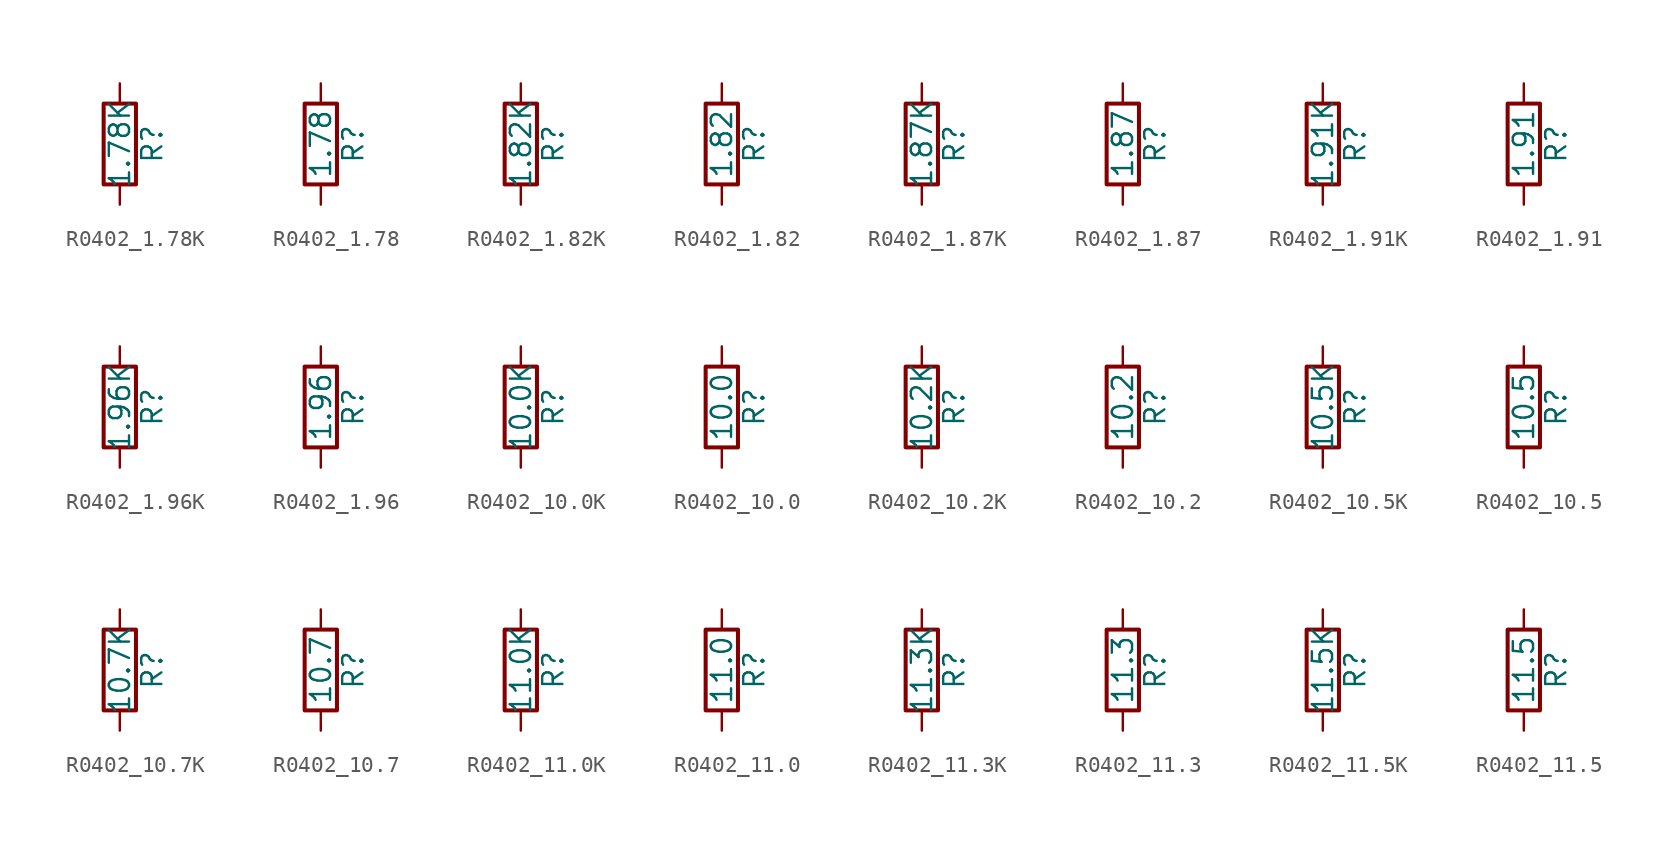
<source format=kicad_sym>
(kicad_symbol_lib
  (version 20211014)
  (generator atlantix-eda)
  (symbol "R0402_1.78K"
    (pin_numbers hide)
    (pin_names
      (offset 0))
    (property "Reference" "R"
      (at 2.032 0 90)
      (effects (font (size 1.27 1.27))))
    (property "Value" "1.78K"
      (at 0 0 90)
      (effects (font (size 1.27 1.27))))
    (symbol "R0402_1.78K_0_1"
      (rectangle (start -1.016 -2.54) (end 1.016 2.54) (stroke (width 0.254) (type default) (color 0 0 0 0)) (fill (type none))))
    (symbol "R0402_1.78K_1_1"
      (pin passive line (at 0 3.81 270) (length 1.27) (name "~" (effects (font (size 1.27 1.27)))) (number "1" (effects (font (size 1.27 1.27)))))
      (pin passive line (at 0 -3.81 90) (length 1.27) (name "~" (effects (font (size 1.27 1.27)))) (number "2" (effects (font (size 1.27 1.27)))))))
  (symbol "R0402_1.78"
    (pin_numbers hide)
    (pin_names
      (offset 0))
    (property "Reference" "R"
      (at 2.032 0 90)
      (effects (font (size 1.27 1.27))))
    (property "Value" "1.78"
      (at 0 0 90)
      (effects (font (size 1.27 1.27))))
    (symbol "R0402_1.78_0_1"
      (rectangle (start -1.016 -2.54) (end 1.016 2.54) (stroke (width 0.254) (type default) (color 0 0 0 0)) (fill (type none))))
    (symbol "R0402_1.78_1_1"
      (pin passive line (at 0 3.81 270) (length 1.27) (name "~" (effects (font (size 1.27 1.27)))) (number "1" (effects (font (size 1.27 1.27)))))
      (pin passive line (at 0 -3.81 90) (length 1.27) (name "~" (effects (font (size 1.27 1.27)))) (number "2" (effects (font (size 1.27 1.27)))))))
  (symbol "R0402_1.82K"
    (pin_numbers hide)
    (pin_names
      (offset 0))
    (property "Reference" "R"
      (at 2.032 0 90)
      (effects (font (size 1.27 1.27))))
    (property "Value" "1.82K"
      (at 0 0 90)
      (effects (font (size 1.27 1.27))))
    (symbol "R0402_1.82K_0_1"
      (rectangle (start -1.016 -2.54) (end 1.016 2.54) (stroke (width 0.254) (type default) (color 0 0 0 0)) (fill (type none))))
    (symbol "R0402_1.82K_1_1"
      (pin passive line (at 0 3.81 270) (length 1.27) (name "~" (effects (font (size 1.27 1.27)))) (number "1" (effects (font (size 1.27 1.27)))))
      (pin passive line (at 0 -3.81 90) (length 1.27) (name "~" (effects (font (size 1.27 1.27)))) (number "2" (effects (font (size 1.27 1.27)))))))
  (symbol "R0402_1.82"
    (pin_numbers hide)
    (pin_names
      (offset 0))
    (property "Reference" "R"
      (at 2.032 0 90)
      (effects (font (size 1.27 1.27))))
    (property "Value" "1.82"
      (at 0 0 90)
      (effects (font (size 1.27 1.27))))
    (symbol "R0402_1.82_0_1"
      (rectangle (start -1.016 -2.54) (end 1.016 2.54) (stroke (width 0.254) (type default) (color 0 0 0 0)) (fill (type none))))
    (symbol "R0402_1.82_1_1"
      (pin passive line (at 0 3.81 270) (length 1.27) (name "~" (effects (font (size 1.27 1.27)))) (number "1" (effects (font (size 1.27 1.27)))))
      (pin passive line (at 0 -3.81 90) (length 1.27) (name "~" (effects (font (size 1.27 1.27)))) (number "2" (effects (font (size 1.27 1.27)))))))
  (symbol "R0402_1.87K"
    (pin_numbers hide)
    (pin_names
      (offset 0))
    (property "Reference" "R"
      (at 2.032 0 90)
      (effects (font (size 1.27 1.27))))
    (property "Value" "1.87K"
      (at 0 0 90)
      (effects (font (size 1.27 1.27))))
    (symbol "R0402_1.87K_0_1"
      (rectangle (start -1.016 -2.54) (end 1.016 2.54) (stroke (width 0.254) (type default) (color 0 0 0 0)) (fill (type none))))
    (symbol "R0402_1.87K_1_1"
      (pin passive line (at 0 3.81 270) (length 1.27) (name "~" (effects (font (size 1.27 1.27)))) (number "1" (effects (font (size 1.27 1.27)))))
      (pin passive line (at 0 -3.81 90) (length 1.27) (name "~" (effects (font (size 1.27 1.27)))) (number "2" (effects (font (size 1.27 1.27)))))))
  (symbol "R0402_1.87"
    (pin_numbers hide)
    (pin_names
      (offset 0))
    (property "Reference" "R"
      (at 2.032 0 90)
      (effects (font (size 1.27 1.27))))
    (property "Value" "1.87"
      (at 0 0 90)
      (effects (font (size 1.27 1.27))))
    (symbol "R0402_1.87_0_1"
      (rectangle (start -1.016 -2.54) (end 1.016 2.54) (stroke (width 0.254) (type default) (color 0 0 0 0)) (fill (type none))))
    (symbol "R0402_1.87_1_1"
      (pin passive line (at 0 3.81 270) (length 1.27) (name "~" (effects (font (size 1.27 1.27)))) (number "1" (effects (font (size 1.27 1.27)))))
      (pin passive line (at 0 -3.81 90) (length 1.27) (name "~" (effects (font (size 1.27 1.27)))) (number "2" (effects (font (size 1.27 1.27)))))))
  (symbol "R0402_1.91K"
    (pin_numbers hide)
    (pin_names
      (offset 0))
    (property "Reference" "R"
      (at 2.032 0 90)
      (effects (font (size 1.27 1.27))))
    (property "Value" "1.91K"
      (at 0 0 90)
      (effects (font (size 1.27 1.27))))
    (symbol "R0402_1.91K_0_1"
      (rectangle (start -1.016 -2.54) (end 1.016 2.54) (stroke (width 0.254) (type default) (color 0 0 0 0)) (fill (type none))))
    (symbol "R0402_1.91K_1_1"
      (pin passive line (at 0 3.81 270) (length 1.27) (name "~" (effects (font (size 1.27 1.27)))) (number "1" (effects (font (size 1.27 1.27)))))
      (pin passive line (at 0 -3.81 90) (length 1.27) (name "~" (effects (font (size 1.27 1.27)))) (number "2" (effects (font (size 1.27 1.27)))))))
  (symbol "R0402_1.91"
    (pin_numbers hide)
    (pin_names
      (offset 0))
    (property "Reference" "R"
      (at 2.032 0 90)
      (effects (font (size 1.27 1.27))))
    (property "Value" "1.91"
      (at 0 0 90)
      (effects (font (size 1.27 1.27))))
    (symbol "R0402_1.91_0_1"
      (rectangle (start -1.016 -2.54) (end 1.016 2.54) (stroke (width 0.254) (type default) (color 0 0 0 0)) (fill (type none))))
    (symbol "R0402_1.91_1_1"
      (pin passive line (at 0 3.81 270) (length 1.27) (name "~" (effects (font (size 1.27 1.27)))) (number "1" (effects (font (size 1.27 1.27)))))
      (pin passive line (at 0 -3.81 90) (length 1.27) (name "~" (effects (font (size 1.27 1.27)))) (number "2" (effects (font (size 1.27 1.27)))))))
  (symbol "R0402_1.96K"
    (pin_numbers hide)
    (pin_names
      (offset 0))
    (property "Reference" "R"
      (at 2.032 0 90)
      (effects (font (size 1.27 1.27))))
    (property "Value" "1.96K"
      (at 0 0 90)
      (effects (font (size 1.27 1.27))))
    (symbol "R0402_1.96K_0_1"
      (rectangle (start -1.016 -2.54) (end 1.016 2.54) (stroke (width 0.254) (type default) (color 0 0 0 0)) (fill (type none))))
    (symbol "R0402_1.96K_1_1"
      (pin passive line (at 0 3.81 270) (length 1.27) (name "~" (effects (font (size 1.27 1.27)))) (number "1" (effects (font (size 1.27 1.27)))))
      (pin passive line (at 0 -3.81 90) (length 1.27) (name "~" (effects (font (size 1.27 1.27)))) (number "2" (effects (font (size 1.27 1.27)))))))
  (symbol "R0402_1.96"
    (pin_numbers hide)
    (pin_names
      (offset 0))
    (property "Reference" "R"
      (at 2.032 0 90)
      (effects (font (size 1.27 1.27))))
    (property "Value" "1.96"
      (at 0 0 90)
      (effects (font (size 1.27 1.27))))
    (symbol "R0402_1.96_0_1"
      (rectangle (start -1.016 -2.54) (end 1.016 2.54) (stroke (width 0.254) (type default) (color 0 0 0 0)) (fill (type none))))
    (symbol "R0402_1.96_1_1"
      (pin passive line (at 0 3.81 270) (length 1.27) (name "~" (effects (font (size 1.27 1.27)))) (number "1" (effects (font (size 1.27 1.27)))))
      (pin passive line (at 0 -3.81 90) (length 1.27) (name "~" (effects (font (size 1.27 1.27)))) (number "2" (effects (font (size 1.27 1.27)))))))
  (symbol "R0402_10.0K"
    (pin_numbers hide)
    (pin_names
      (offset 0))
    (property "Reference" "R"
      (at 2.032 0 90)
      (effects (font (size 1.27 1.27))))
    (property "Value" "10.0K"
      (at 0 0 90)
      (effects (font (size 1.27 1.27))))
    (symbol "R0402_10.0K_0_1"
      (rectangle (start -1.016 -2.54) (end 1.016 2.54) (stroke (width 0.254) (type default) (color 0 0 0 0)) (fill (type none))))
    (symbol "R0402_10.0K_1_1"
      (pin passive line (at 0 3.81 270) (length 1.27) (name "~" (effects (font (size 1.27 1.27)))) (number "1" (effects (font (size 1.27 1.27)))))
      (pin passive line (at 0 -3.81 90) (length 1.27) (name "~" (effects (font (size 1.27 1.27)))) (number "2" (effects (font (size 1.27 1.27)))))))
  (symbol "R0402_10.0"
    (pin_numbers hide)
    (pin_names
      (offset 0))
    (property "Reference" "R"
      (at 2.032 0 90)
      (effects (font (size 1.27 1.27))))
    (property "Value" "10.0"
      (at 0 0 90)
      (effects (font (size 1.27 1.27))))
    (symbol "R0402_10.0_0_1"
      (rectangle (start -1.016 -2.54) (end 1.016 2.54) (stroke (width 0.254) (type default) (color 0 0 0 0)) (fill (type none))))
    (symbol "R0402_10.0_1_1"
      (pin passive line (at 0 3.81 270) (length 1.27) (name "~" (effects (font (size 1.27 1.27)))) (number "1" (effects (font (size 1.27 1.27)))))
      (pin passive line (at 0 -3.81 90) (length 1.27) (name "~" (effects (font (size 1.27 1.27)))) (number "2" (effects (font (size 1.27 1.27)))))))
  (symbol "R0402_10.2K"
    (pin_numbers hide)
    (pin_names
      (offset 0))
    (property "Reference" "R"
      (at 2.032 0 90)
      (effects (font (size 1.27 1.27))))
    (property "Value" "10.2K"
      (at 0 0 90)
      (effects (font (size 1.27 1.27))))
    (symbol "R0402_10.2K_0_1"
      (rectangle (start -1.016 -2.54) (end 1.016 2.54) (stroke (width 0.254) (type default) (color 0 0 0 0)) (fill (type none))))
    (symbol "R0402_10.2K_1_1"
      (pin passive line (at 0 3.81 270) (length 1.27) (name "~" (effects (font (size 1.27 1.27)))) (number "1" (effects (font (size 1.27 1.27)))))
      (pin passive line (at 0 -3.81 90) (length 1.27) (name "~" (effects (font (size 1.27 1.27)))) (number "2" (effects (font (size 1.27 1.27)))))))
  (symbol "R0402_10.2"
    (pin_numbers hide)
    (pin_names
      (offset 0))
    (property "Reference" "R"
      (at 2.032 0 90)
      (effects (font (size 1.27 1.27))))
    (property "Value" "10.2"
      (at 0 0 90)
      (effects (font (size 1.27 1.27))))
    (symbol "R0402_10.2_0_1"
      (rectangle (start -1.016 -2.54) (end 1.016 2.54) (stroke (width 0.254) (type default) (color 0 0 0 0)) (fill (type none))))
    (symbol "R0402_10.2_1_1"
      (pin passive line (at 0 3.81 270) (length 1.27) (name "~" (effects (font (size 1.27 1.27)))) (number "1" (effects (font (size 1.27 1.27)))))
      (pin passive line (at 0 -3.81 90) (length 1.27) (name "~" (effects (font (size 1.27 1.27)))) (number "2" (effects (font (size 1.27 1.27)))))))
  (symbol "R0402_10.5K"
    (pin_numbers hide)
    (pin_names
      (offset 0))
    (property "Reference" "R"
      (at 2.032 0 90)
      (effects (font (size 1.27 1.27))))
    (property "Value" "10.5K"
      (at 0 0 90)
      (effects (font (size 1.27 1.27))))
    (symbol "R0402_10.5K_0_1"
      (rectangle (start -1.016 -2.54) (end 1.016 2.54) (stroke (width 0.254) (type default) (color 0 0 0 0)) (fill (type none))))
    (symbol "R0402_10.5K_1_1"
      (pin passive line (at 0 3.81 270) (length 1.27) (name "~" (effects (font (size 1.27 1.27)))) (number "1" (effects (font (size 1.27 1.27)))))
      (pin passive line (at 0 -3.81 90) (length 1.27) (name "~" (effects (font (size 1.27 1.27)))) (number "2" (effects (font (size 1.27 1.27)))))))
  (symbol "R0402_10.5"
    (pin_numbers hide)
    (pin_names
      (offset 0))
    (property "Reference" "R"
      (at 2.032 0 90)
      (effects (font (size 1.27 1.27))))
    (property "Value" "10.5"
      (at 0 0 90)
      (effects (font (size 1.27 1.27))))
    (symbol "R0402_10.5_0_1"
      (rectangle (start -1.016 -2.54) (end 1.016 2.54) (stroke (width 0.254) (type default) (color 0 0 0 0)) (fill (type none))))
    (symbol "R0402_10.5_1_1"
      (pin passive line (at 0 3.81 270) (length 1.27) (name "~" (effects (font (size 1.27 1.27)))) (number "1" (effects (font (size 1.27 1.27)))))
      (pin passive line (at 0 -3.81 90) (length 1.27) (name "~" (effects (font (size 1.27 1.27)))) (number "2" (effects (font (size 1.27 1.27)))))))
  (symbol "R0402_10.7K"
    (pin_numbers hide)
    (pin_names
      (offset 0))
    (property "Reference" "R"
      (at 2.032 0 90)
      (effects (font (size 1.27 1.27))))
    (property "Value" "10.7K"
      (at 0 0 90)
      (effects (font (size 1.27 1.27))))
    (symbol "R0402_10.7K_0_1"
      (rectangle (start -1.016 -2.54) (end 1.016 2.54) (stroke (width 0.254) (type default) (color 0 0 0 0)) (fill (type none))))
    (symbol "R0402_10.7K_1_1"
      (pin passive line (at 0 3.81 270) (length 1.27) (name "~" (effects (font (size 1.27 1.27)))) (number "1" (effects (font (size 1.27 1.27)))))
      (pin passive line (at 0 -3.81 90) (length 1.27) (name "~" (effects (font (size 1.27 1.27)))) (number "2" (effects (font (size 1.27 1.27)))))))
  (symbol "R0402_10.7"
    (pin_numbers hide)
    (pin_names
      (offset 0))
    (property "Reference" "R"
      (at 2.032 0 90)
      (effects (font (size 1.27 1.27))))
    (property "Value" "10.7"
      (at 0 0 90)
      (effects (font (size 1.27 1.27))))
    (symbol "R0402_10.7_0_1"
      (rectangle (start -1.016 -2.54) (end 1.016 2.54) (stroke (width 0.254) (type default) (color 0 0 0 0)) (fill (type none))))
    (symbol "R0402_10.7_1_1"
      (pin passive line (at 0 3.81 270) (length 1.27) (name "~" (effects (font (size 1.27 1.27)))) (number "1" (effects (font (size 1.27 1.27)))))
      (pin passive line (at 0 -3.81 90) (length 1.27) (name "~" (effects (font (size 1.27 1.27)))) (number "2" (effects (font (size 1.27 1.27)))))))
  (symbol "R0402_11.0K"
    (pin_numbers hide)
    (pin_names
      (offset 0))
    (property "Reference" "R"
      (at 2.032 0 90)
      (effects (font (size 1.27 1.27))))
    (property "Value" "11.0K"
      (at 0 0 90)
      (effects (font (size 1.27 1.27))))
    (symbol "R0402_11.0K_0_1"
      (rectangle (start -1.016 -2.54) (end 1.016 2.54) (stroke (width 0.254) (type default) (color 0 0 0 0)) (fill (type none))))
    (symbol "R0402_11.0K_1_1"
      (pin passive line (at 0 3.81 270) (length 1.27) (name "~" (effects (font (size 1.27 1.27)))) (number "1" (effects (font (size 1.27 1.27)))))
      (pin passive line (at 0 -3.81 90) (length 1.27) (name "~" (effects (font (size 1.27 1.27)))) (number "2" (effects (font (size 1.27 1.27)))))))
  (symbol "R0402_11.0"
    (pin_numbers hide)
    (pin_names
      (offset 0))
    (property "Reference" "R"
      (at 2.032 0 90)
      (effects (font (size 1.27 1.27))))
    (property "Value" "11.0"
      (at 0 0 90)
      (effects (font (size 1.27 1.27))))
    (symbol "R0402_11.0_0_1"
      (rectangle (start -1.016 -2.54) (end 1.016 2.54) (stroke (width 0.254) (type default) (color 0 0 0 0)) (fill (type none))))
    (symbol "R0402_11.0_1_1"
      (pin passive line (at 0 3.81 270) (length 1.27) (name "~" (effects (font (size 1.27 1.27)))) (number "1" (effects (font (size 1.27 1.27)))))
      (pin passive line (at 0 -3.81 90) (length 1.27) (name "~" (effects (font (size 1.27 1.27)))) (number "2" (effects (font (size 1.27 1.27)))))))
  (symbol "R0402_11.3K"
    (pin_numbers hide)
    (pin_names
      (offset 0))
    (property "Reference" "R"
      (at 2.032 0 90)
      (effects (font (size 1.27 1.27))))
    (property "Value" "11.3K"
      (at 0 0 90)
      (effects (font (size 1.27 1.27))))
    (symbol "R0402_11.3K_0_1"
      (rectangle (start -1.016 -2.54) (end 1.016 2.54) (stroke (width 0.254) (type default) (color 0 0 0 0)) (fill (type none))))
    (symbol "R0402_11.3K_1_1"
      (pin passive line (at 0 3.81 270) (length 1.27) (name "~" (effects (font (size 1.27 1.27)))) (number "1" (effects (font (size 1.27 1.27)))))
      (pin passive line (at 0 -3.81 90) (length 1.27) (name "~" (effects (font (size 1.27 1.27)))) (number "2" (effects (font (size 1.27 1.27)))))))
  (symbol "R0402_11.3"
    (pin_numbers hide)
    (pin_names
      (offset 0))
    (property "Reference" "R"
      (at 2.032 0 90)
      (effects (font (size 1.27 1.27))))
    (property "Value" "11.3"
      (at 0 0 90)
      (effects (font (size 1.27 1.27))))
    (symbol "R0402_11.3_0_1"
      (rectangle (start -1.016 -2.54) (end 1.016 2.54) (stroke (width 0.254) (type default) (color 0 0 0 0)) (fill (type none))))
    (symbol "R0402_11.3_1_1"
      (pin passive line (at 0 3.81 270) (length 1.27) (name "~" (effects (font (size 1.27 1.27)))) (number "1" (effects (font (size 1.27 1.27)))))
      (pin passive line (at 0 -3.81 90) (length 1.27) (name "~" (effects (font (size 1.27 1.27)))) (number "2" (effects (font (size 1.27 1.27)))))))
  (symbol "R0402_11.5K"
    (pin_numbers hide)
    (pin_names
      (offset 0))
    (property "Reference" "R"
      (at 2.032 0 90)
      (effects (font (size 1.27 1.27))))
    (property "Value" "11.5K"
      (at 0 0 90)
      (effects (font (size 1.27 1.27))))
    (symbol "R0402_11.5K_0_1"
      (rectangle (start -1.016 -2.54) (end 1.016 2.54) (stroke (width 0.254) (type default) (color 0 0 0 0)) (fill (type none))))
    (symbol "R0402_11.5K_1_1"
      (pin passive line (at 0 3.81 270) (length 1.27) (name "~" (effects (font (size 1.27 1.27)))) (number "1" (effects (font (size 1.27 1.27)))))
      (pin passive line (at 0 -3.81 90) (length 1.27) (name "~" (effects (font (size 1.27 1.27)))) (number "2" (effects (font (size 1.27 1.27)))))))
  (symbol "R0402_11.5"
    (pin_numbers hide)
    (pin_names
      (offset 0))
    (property "Reference" "R"
      (at 2.032 0 90)
      (effects (font (size 1.27 1.27))))
    (property "Value" "11.5"
      (at 0 0 90)
      (effects (font (size 1.27 1.27))))
    (symbol "R0402_11.5_0_1"
      (rectangle (start -1.016 -2.54) (end 1.016 2.54) (stroke (width 0.254) (type default) (color 0 0 0 0)) (fill (type none))))
    (symbol "R0402_11.5_1_1"
      (pin passive line (at 0 3.81 270) (length 1.27) (name "~" (effects (font (size 1.27 1.27)))) (number "1" (effects (font (size 1.27 1.27)))))
      (pin passive line (at 0 -3.81 90) (length 1.27) (name "~" (effects (font (size 1.27 1.27)))) (number "2" (effects (font (size 1.27 1.27))))))))
</source>
